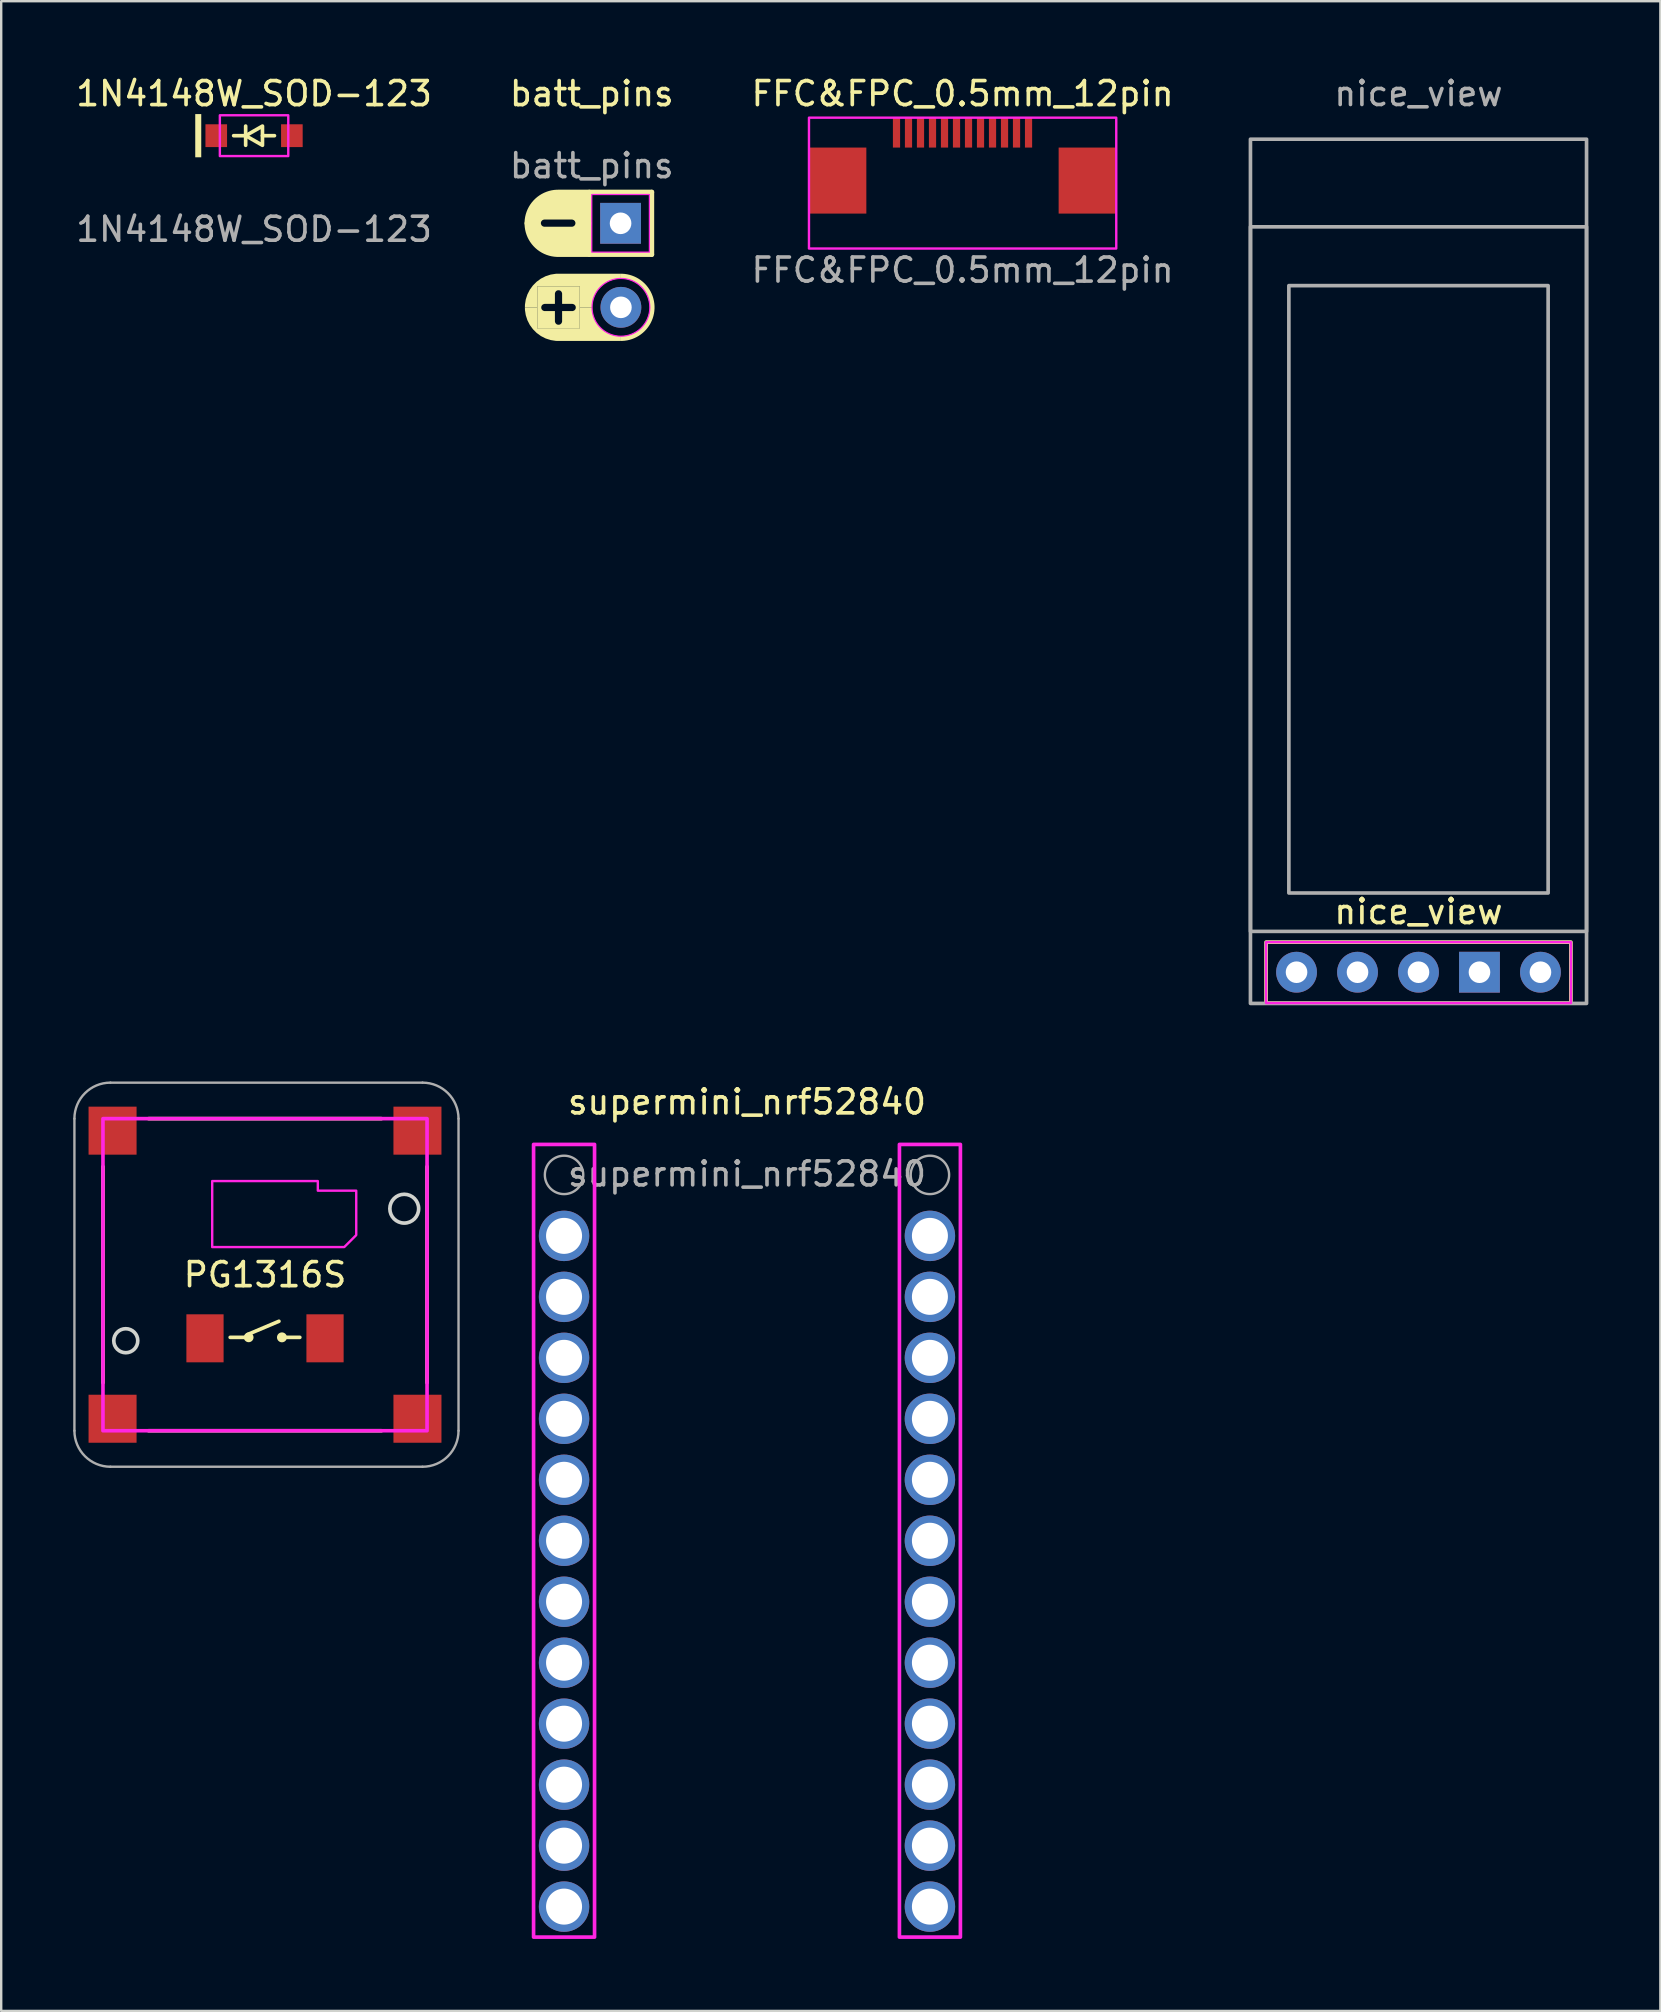
<source format=kicad_pcb>
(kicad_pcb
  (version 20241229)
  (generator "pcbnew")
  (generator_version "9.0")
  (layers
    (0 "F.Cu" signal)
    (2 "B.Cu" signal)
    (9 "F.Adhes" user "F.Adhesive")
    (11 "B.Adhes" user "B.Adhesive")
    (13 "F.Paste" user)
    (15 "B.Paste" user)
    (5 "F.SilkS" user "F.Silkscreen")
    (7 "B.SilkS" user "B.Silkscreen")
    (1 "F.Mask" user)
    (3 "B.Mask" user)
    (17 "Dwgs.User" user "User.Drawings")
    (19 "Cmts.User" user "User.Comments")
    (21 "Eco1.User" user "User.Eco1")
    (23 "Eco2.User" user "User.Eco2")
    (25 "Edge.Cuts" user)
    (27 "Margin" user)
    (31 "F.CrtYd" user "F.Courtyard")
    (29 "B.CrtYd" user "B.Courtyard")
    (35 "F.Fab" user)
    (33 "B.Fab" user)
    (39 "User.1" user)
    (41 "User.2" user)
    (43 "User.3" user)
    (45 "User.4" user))
  (footprint "supermini_nrf52840"
    (layer "F.Cu")
    (at 28.066 43.351)
    (property "Reference" "supermini_nrf52840" (at 0 -0.5 0) (unlocked yes) (layer "F.SilkS") (effects (font (size 1 1) (thickness 0.152))))
    (attr through_hole)
    (fp_rect (start -8.89 1.27) (end -6.35 34.29) (stroke (width 0.152) (type solid)) (fill no) (layer "F.CrtYd"))
    (fp_rect (start 6.35 1.27) (end 8.89 34.29) (stroke (width 0.152) (type solid)) (fill no) (layer "F.CrtYd"))
    (fp_circle (center -7.62 2.54) (end -6.82 2.54) (stroke (width 0.1) (type solid)) (fill no) (layer "F.Fab"))
    (fp_circle (center 7.62 2.54) (end 8.42 2.54) (stroke (width 0.1) (type solid)) (fill no) (layer "F.Fab"))
    (fp_text user "${REFERENCE}" (at 0 2.5 0) (unlocked yes) (layer "F.Fab") (effects (font (size 1 1) (thickness 0.15))))
    (pad "1" thru_hole circle (at -7.62 5.08) (size 2.1 2.1) (drill 1.5) (layers "*.Cu" "*.Mask"))
    (pad "2" thru_hole circle (at -7.62 7.62) (size 2.1 2.1) (drill 1.5) (layers "*.Cu" "*.Mask"))
    (pad "3" thru_hole circle (at -7.62 10.16) (size 2.1 2.1) (drill 1.5) (layers "*.Cu" "*.Mask"))
    (pad "4" thru_hole circle (at -7.62 12.7) (size 2.1 2.1) (drill 1.5) (layers "*.Cu" "*.Mask"))
    (pad "5" thru_hole circle (at -7.62 15.24) (size 2.1 2.1) (drill 1.5) (layers "*.Cu" "*.Mask"))
    (pad "6" thru_hole circle (at -7.62 17.78) (size 2.1 2.1) (drill 1.5) (layers "*.Cu" "*.Mask"))
    (pad "7" thru_hole circle (at -7.62 20.32) (size 2.1 2.1) (drill 1.5) (layers "*.Cu" "*.Mask"))
    (pad "8" thru_hole circle (at -7.62 22.86) (size 2.1 2.1) (drill 1.5) (layers "*.Cu" "*.Mask"))
    (pad "9" thru_hole circle (at -7.62 25.4) (size 2.1 2.1) (drill 1.5) (layers "*.Cu" "*.Mask"))
    (pad "10" thru_hole circle (at -7.62 27.94) (size 2.1 2.1) (drill 1.5) (layers "*.Cu" "*.Mask"))
    (pad "11" thru_hole circle (at -7.62 30.48) (size 2.1 2.1) (drill 1.5) (layers "*.Cu" "*.Mask"))
    (pad "12" thru_hole circle (at -7.62 33.02) (size 2.1 2.1) (drill 1.5) (layers "*.Cu" "*.Mask"))
    (pad "13" thru_hole circle (at 7.62 33.02) (size 2.1 2.1) (drill 1.5) (layers "*.Cu" "*.Mask"))
    (pad "14" thru_hole circle (at 7.62 30.48) (size 2.1 2.1) (drill 1.5) (layers "*.Cu" "*.Mask"))
    (pad "15" thru_hole circle (at 7.62 27.94) (size 2.1 2.1) (drill 1.5) (layers "*.Cu" "*.Mask"))
    (pad "16" thru_hole circle (at 7.62 25.4) (size 2.1 2.1) (drill 1.5) (layers "*.Cu" "*.Mask"))
    (pad "17" thru_hole circle (at 7.62 22.86) (size 2.1 2.1) (drill 1.5) (layers "*.Cu" "*.Mask"))
    (pad "18" thru_hole circle (at 7.62 20.32) (size 2.1 2.1) (drill 1.5) (layers "*.Cu" "*.Mask"))
    (pad "19" thru_hole circle (at 7.62 17.78) (size 2.1 2.1) (drill 1.5) (layers "*.Cu" "*.Mask"))
    (pad "20" thru_hole circle (at 7.62 15.24) (size 2.1 2.1) (drill 1.5) (layers "*.Cu" "*.Mask"))
    (pad "21" thru_hole circle (at 7.62 12.7) (size 2.1 2.1) (drill 1.5) (layers "*.Cu" "*.Mask"))
    (pad "22" thru_hole circle (at 7.62 10.16) (size 2.1 2.1) (drill 1.5) (layers "*.Cu" "*.Mask"))
    (pad "23" thru_hole circle (at 7.62 7.62) (size 2.1 2.1) (drill 1.5) (layers "*.Cu" "*.Mask"))
    (pad "24" thru_hole circle (at 7.62 5.08) (size 2.1 2.1) (drill 1.5) (layers "*.Cu" "*.Mask")))
  (footprint "PG1316S"
    (layer "F.Cu")
    (at 7.989 50.048)
    (property "Reference" "PG1316S" (at 0 0 0) (unlocked yes) (layer "F.SilkS") (effects (font (size 1 1) (thickness 0.152))))
    (attr smd)
    (fp_line (start -6.75 -4.5) (end -6.75 4.5) (stroke (width 0.152) (type solid)) (layer "F.SilkS"))
    (fp_line (start -4.85 6.5) (end 4.85 6.5) (stroke (width 0.152) (type solid)) (layer "F.SilkS"))
    (fp_line (start -1.45 2.61) (end -0.68 2.61) (stroke (width 0.152) (type solid)) (layer "F.SilkS"))
    (fp_line (start 0.58 1.94) (end -0.722 2.49) (stroke (width 0.152) (type solid)) (layer "F.SilkS"))
    (fp_line (start 0.705 2.61) (end 1.45 2.61) (stroke (width 0.152) (type solid)) (layer "F.SilkS"))
    (fp_line (start 4.85 -6.5) (end -4.85 -6.5) (stroke (width 0.152) (type solid)) (layer "F.SilkS"))
    (fp_line (start 6.75 4.5) (end 6.75 -4.5) (stroke (width 0.152) (type solid)) (layer "F.SilkS"))
    (fp_circle (center -0.68 2.61) (end -0.528 2.61) (stroke (width 0.1) (type solid)) (fill yes) (layer "F.SilkS"))
    (fp_circle (center 0.705 2.61) (end 0.835 2.62) (stroke (width 0.152) (type solid)) (fill yes) (layer "F.SilkS"))
    (fp_circle (center -5.8 2.75) (end -5.3 2.75) (stroke (width 0.152) (type solid)) (fill no) (layer "Edge.Cuts"))
    (fp_circle (center 5.8 -2.75) (end 6.4 -2.75) (stroke (width 0.152) (type solid)) (fill no) (layer "Edge.Cuts"))
    (fp_rect (start -6.75 -6.5) (end 6.75 6.5) (stroke (width 0.152) (type solid)) (fill no) (layer "F.CrtYd"))
    (fp_poly (pts (xy 3.8 -3.5) (xy 3.8 -1.65) (xy 3.3 -1.15) (xy -2.2 -1.15) (xy -2.2 -3.9) (xy 2.2 -3.9) (xy 2.2 -3.5)) (stroke (width 0.1) (type solid)) (fill no) (layer "F.CrtYd"))
    (fp_line (start -7.939 -6.5) (end -7.939 6.5) (stroke (width 0.1) (type solid)) (layer "F.Fab"))
    (fp_line (start -6.439 -8) (end 6.561 -8) (stroke (width 0.1) (type solid)) (layer "F.Fab"))
    (fp_line (start 6.561 8) (end -6.439 8) (stroke (width 0.1) (type solid)) (layer "F.Fab"))
    (fp_line (start 8.061 -6.5) (end 8.061 6.5) (stroke (width 0.1) (type solid)) (layer "F.Fab"))
    (fp_arc (start -7.93934 -6.5) (mid -7.5 -7.56066) (end -6.43934 -8) (stroke (width 0.1) (type solid)) (layer "F.Fab"))
    (fp_arc (start -6.43934 8) (mid -7.5 7.56066) (end -7.93934 6.5) (stroke (width 0.1) (type solid)) (layer "F.Fab"))
    (fp_arc (start 6.56066 -8) (mid 7.62132 -7.56066) (end 8.06066 -6.5) (stroke (width 0.1) (type solid)) (layer "F.Fab"))
    (fp_arc (start 8.06066 6.5) (mid 7.62132 7.56066) (end 6.56066 8) (stroke (width 0.1) (type solid)) (layer "F.Fab"))
    (pad "1" smd rect (at -2.5 2.65) (size 1.55 2) (layers "F.Cu" "F.Mask" "F.Paste"))
    (pad "2" smd rect (at 2.5 2.65) (size 1.55 2) (layers "F.Cu" "F.Mask" "F.Paste"))
    (pad "3" smd rect (at -6.35 -6) (size 2 2) (layers "F.Cu" "F.Mask" "F.Paste"))
    (pad "3" smd rect (at -6.35 6) (size 2 2) (layers "F.Cu" "F.Mask" "F.Paste"))
    (pad "3" smd rect (at 6.35 -6) (size 2 2) (layers "F.Cu" "F.Mask" "F.Paste"))
    (pad "3" smd rect (at 6.35 6) (size 2 2) (layers "F.Cu" "F.Mask" "F.Paste")))
  (footprint "nice_view"
    (layer "F.Cu")
    (at 56.038 38.748)
    (property "Reference" "nice_view" (at 0 -3.824 0) (unlocked yes) (layer "F.SilkS") (effects (font (size 1 1) (thickness 0.152))))
    (attr through_hole)
    (fp_rect (start -6.35 -2.554) (end 6.35 -0.014) (stroke (width 0.152) (type solid)) (fill no) (layer "F.SilkS"))
    (fp_rect (start -6.35 -2.554) (end 6.35 -0.014) (stroke (width 0.1) (type solid)) (fill no) (layer "F.CrtYd"))
    (fp_rect (start -7 -36) (end 7 0) (stroke (width 0.152) (type solid)) (fill no) (layer "F.Fab"))
    (fp_rect (start -7 -32.35) (end 7 -3) (stroke (width 0.152) (type solid)) (fill no) (layer "F.Fab"))
    (fp_rect (start -5.4 -29.9) (end 5.4 -4.6) (stroke (width 0.152) (type solid)) (fill no) (layer "F.Fab"))
    (fp_text user "${REFERENCE}" (at 0 -37.9 0) (unlocked yes) (layer "F.Fab") (effects (font (size 1 1) (thickness 0.15))))
    (pad "1" thru_hole circle (at -5.08 -1.3) (size 1.7 1.7) (drill 0.9) (layers "*.Cu" "*.Mask"))
    (pad "2" thru_hole circle (at -2.54 -1.3) (size 1.7 1.7) (drill 0.9) (layers "*.Cu" "*.Mask"))
    (pad "3" thru_hole circle (at 0 -1.3) (size 1.7 1.7) (drill 0.9) (layers "*.Cu" "*.Mask"))
    (pad "4" thru_hole rect (at 2.54 -1.3) (size 1.7 1.7) (drill 0.9) (layers "*.Cu" "*.Mask"))
    (pad "5" thru_hole circle (at 5.08 -1.3) (size 1.7 1.7) (drill 0.9) (layers "*.Cu" "*.Mask")))
  (footprint "1N4148W_SOD-123"
    (layer "F.Cu")
    (at 7.533 2.602)
    (property "Reference" "1N4148W_SOD-123" (at 0 -1.75 0) (unlocked yes) (layer "F.SilkS") (effects (font (size 1 1) (thickness 0.152))))
    (attr smd)
    (fp_line (start -0.85 0) (end -0.35 0) (stroke (width 0.152) (type solid)) (layer "F.SilkS"))
    (fp_line (start -0.35 -0.4) (end -0.35 0.4) (stroke (width 0.152) (type solid)) (layer "F.SilkS"))
    (fp_line (start 0.35 0) (end 0.85 0) (stroke (width 0.152) (type solid)) (layer "F.SilkS"))
    (fp_rect (start -2.45 -0.9) (end -2.2 0.9) (stroke (width 0) (type solid)) (fill yes) (layer "F.SilkS"))
    (fp_poly (pts (xy -0.35 0) (xy 0.35 -0.4) (xy 0.35 0.4)) (stroke (width 0.152) (type solid)) (fill no) (layer "F.SilkS"))
    (fp_rect (start -1.425 -0.85) (end 1.425 0.85) (stroke (width 0.1) (type solid)) (fill no) (layer "F.CrtYd"))
    (fp_text user "${REFERENCE}" (at 0 3.9 0) (unlocked yes) (layer "F.Fab") (effects (font (size 1 1) (thickness 0.15))))
    (pad "1" smd rect (at -1.575 0) (size 0.9 0.95) (layers "F.Cu" "F.Mask" "F.Paste"))
    (pad "2" smd rect (at 1.575 0) (size 0.9 0.95) (layers "F.Cu" "F.Mask" "F.Paste")))
  (footprint "batt_pins"
    (layer "F.Cu")
    (at 21.6 8.052)
    (property "Reference" "batt_pins" (at 0 -7.2 0) (unlocked yes) (layer "F.SilkS") (effects (font (size 1 1) (thickness 0.152))))
    (attr through_hole)
    (fp_line (start -0.1 -3.1) (end 2.5 -3.1) (stroke (width 0.2) (type solid)) (layer "F.SilkS"))
    (fp_line (start 2.5 -3.1) (end 2.5 -0.5) (stroke (width 0.2) (type solid)) (layer "F.SilkS"))
    (fp_line (start 2.5 -0.5) (end -0.1 -0.5) (stroke (width 0.2) (type solid)) (layer "F.SilkS"))
    (fp_poly (pts (xy -0.1 -1.8) (xy -0.1 -3.1) (arc (start -1.4 -3.1) (mid -2.319239 -2.719239) (end -2.7 -1.8)) (xy -2.3 -1.8) (xy -2.3 -2.1) (xy -0.5 -2.1) (xy -0.5 -1.8)) (stroke (width 0.2) (type solid)) (fill yes) (layer "F.SilkS"))
    (fp_poly (pts (xy -0.1 -1.8) (xy -0.1 -0.5) (arc (start -1.4 -0.5) (mid -2.319239 -0.880761) (end -2.7 -1.8)) (xy -2.3 -1.8) (xy -2.3 -1.5) (xy -0.5 -1.5) (xy -0.5 -1.8)) (stroke (width 0.2) (type solid)) (fill yes) (layer "F.SilkS"))
    (fp_poly (pts (xy 0.015 1.7) (xy 0.017 1.595) (xy 0.053 1.389) (xy 0.125 1.192) (xy 0.23 1.01) (xy 0.365 0.85) (xy 0.525 0.715) (xy 0.707 0.61) (xy 0.904 0.539) (xy 1.11 0.502) (xy 1.215 0.5) (xy 1.215 0.3) (xy -1.385 0.3) (xy -1.495 0.302) (xy -1.712 0.336) (xy -1.922 0.404) (xy -2.118 0.504) (xy -2.296 0.634) (xy -2.451 0.789) (xy -2.581 0.967) (xy -2.681 1.163) (xy -2.749 1.373) (xy -2.783 1.59) (xy -2.785 1.7) (xy -2.27 1.7) (xy -2.27 0.822) (xy -0.5 0.822) (xy -0.5 1.7)) (stroke (width 0) (type solid)) (fill yes) (layer "F.SilkS"))
    (fp_poly (pts (xy 0.015 1.7) (xy 0.017 1.805) (xy 0.053 2.011) (xy 0.125 2.208) (xy 0.23 2.39) (xy 0.365 2.55) (xy 0.525 2.685) (xy 0.707 2.79) (xy 0.904 2.861) (xy 1.11 2.898) (xy 1.215 2.9) (xy 1.215 3.1) (xy -1.385 3.1) (xy -1.495 3.098) (xy -1.712 3.064) (xy -1.922 2.996) (xy -2.118 2.896) (xy -2.296 2.766) (xy -2.451 2.611) (xy -2.581 2.433) (xy -2.681 2.237) (xy -2.749 2.027) (xy -2.783 1.81) (xy -2.785 1.7) (xy -2.27 1.7) (xy -2.27 2.582) (xy -0.5 2.582) (xy -0.5 1.7)) (stroke (width 0) (type solid)) (fill yes) (layer "F.SilkS"))
    (fp_poly (pts (arc (start 1.214861 3.1) (mid 2.614861 1.7) (end 1.214861 0.3)) (arc (start 1.214861 0.5) (mid 2.414861 1.7) (end 1.214861 2.9))) (stroke (width 0) (type solid)) (fill yes) (layer "F.SilkS"))
    (fp_rect (start 0 -3) (end 2.4 -0.6) (stroke (width 0.05) (type default)) (fill no) (layer "F.CrtYd"))
    (fp_circle (center 1.215 1.7) (end 1.315 0.5) (stroke (width 0.05) (type solid)) (fill no) (layer "F.CrtYd"))
    (fp_text user "-" (at -1.4 -1.7 180) (unlocked yes) (layer "F.SilkS" knockout) (effects (font (size 1.5 1.5) (thickness 0.3) (bold yes))))
    (fp_text user "+" (at -1.385 1.6 0) (unlocked yes) (layer "F.SilkS" knockout) (effects (font (size 1.5 1.5) (thickness 0.3) (bold yes))))
    (fp_text user "${REFERENCE}" (at 0 -4.2 0) (unlocked yes) (layer "F.Fab") (effects (font (size 1 1) (thickness 0.15))))
    (pad "1" thru_hole circle (at 1.214 1.7 90) (size 1.7 1.7) (drill 0.9) (layers "*.Cu" "*.Mask"))
    (pad "2" thru_hole rect (at 1.2 -1.8) (size 1.7 1.7) (drill 0.9) (layers "*.Cu" "*.Mask")))
  (footprint "FFC&FPC_0.5mm_12pin"
    (layer "F.Cu")
    (at 37.048 1.852)
    (property "Reference" "FFC&FPC_0.5mm_12pin" (at 0 -1 0) (unlocked yes) (layer "F.SilkS") (effects (font (size 1 1) (thickness 0.152))))
    (attr smd)
    (fp_rect (start -6.4 0) (end 6.4 5.45) (stroke (width 0.1) (type solid)) (fill no) (layer "F.CrtYd"))
    (fp_text user "${REFERENCE}" (at 0 6.35 0) (unlocked yes) (layer "F.Fab") (effects (font (size 1 1) (thickness 0.15))))
    (pad "0" smd rect (at -5.21 2.62) (size 2.4 2.75) (layers "F.Cu" "F.Mask" "F.Paste"))
    (pad "0" smd rect (at 5.2 2.62) (size 2.4 2.75) (layers "F.Cu" "F.Mask" "F.Paste"))
    (pad "1" smd rect (at -2.754 0.62) (size 0.3 1.25) (layers "F.Cu" "F.Mask" "F.Paste"))
    (pad "2" smd rect (at -2.254 0.62) (size 0.3 1.25) (layers "F.Cu" "F.Mask" "F.Paste"))
    (pad "3" smd rect (at -1.754 0.62) (size 0.3 1.25) (layers "F.Cu" "F.Mask" "F.Paste"))
    (pad "4" smd rect (at -1.254 0.62) (size 0.3 1.25) (layers "F.Cu" "F.Mask" "F.Paste"))
    (pad "5" smd rect (at -0.754 0.62) (size 0.3 1.25) (layers "F.Cu" "F.Mask" "F.Paste"))
    (pad "6" smd rect (at -0.254 0.62) (size 0.3 1.25) (layers "F.Cu" "F.Mask" "F.Paste"))
    (pad "7" smd rect (at 0.246 0.62) (size 0.3 1.25) (layers "F.Cu" "F.Mask" "F.Paste"))
    (pad "8" smd rect (at 0.746 0.62) (size 0.3 1.25) (layers "F.Cu" "F.Mask" "F.Paste"))
    (pad "9" smd rect (at 1.246 0.62) (size 0.3 1.25) (layers "F.Cu" "F.Mask" "F.Paste"))
    (pad "10" smd rect (at 1.746 0.62) (size 0.3 1.25) (layers "F.Cu" "F.Mask" "F.Paste"))
    (pad "11" smd rect (at 2.246 0.62) (size 0.3 1.25) (layers "F.Cu" "F.Mask" "F.Paste"))
    (pad "12" smd rect (at 2.746 0.62) (size 0.3 1.25) (layers "F.Cu" "F.Mask" "F.Paste")))
  (gr_rect
    (start -3 -3)
    (end 66.114 80.717)
    (stroke (width 0.1) (type default))
    (fill no)
    (layer "Edge.Cuts")))
</source>
